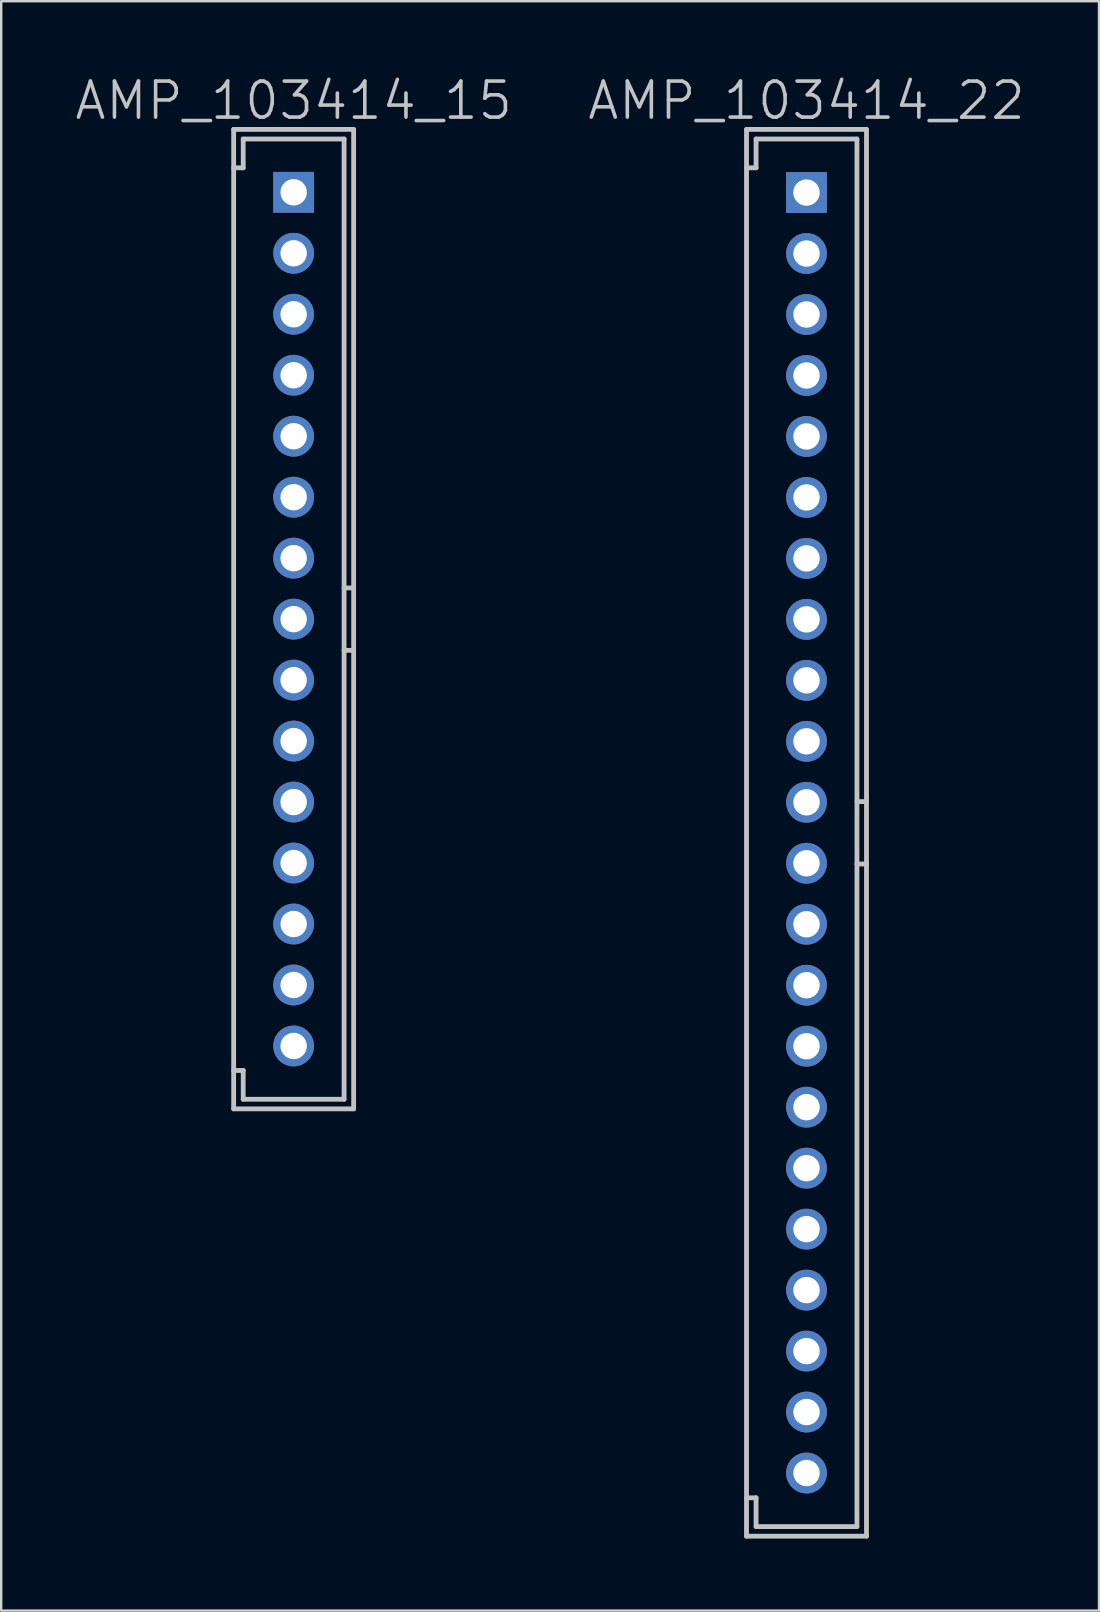
<source format=kicad_pcb>
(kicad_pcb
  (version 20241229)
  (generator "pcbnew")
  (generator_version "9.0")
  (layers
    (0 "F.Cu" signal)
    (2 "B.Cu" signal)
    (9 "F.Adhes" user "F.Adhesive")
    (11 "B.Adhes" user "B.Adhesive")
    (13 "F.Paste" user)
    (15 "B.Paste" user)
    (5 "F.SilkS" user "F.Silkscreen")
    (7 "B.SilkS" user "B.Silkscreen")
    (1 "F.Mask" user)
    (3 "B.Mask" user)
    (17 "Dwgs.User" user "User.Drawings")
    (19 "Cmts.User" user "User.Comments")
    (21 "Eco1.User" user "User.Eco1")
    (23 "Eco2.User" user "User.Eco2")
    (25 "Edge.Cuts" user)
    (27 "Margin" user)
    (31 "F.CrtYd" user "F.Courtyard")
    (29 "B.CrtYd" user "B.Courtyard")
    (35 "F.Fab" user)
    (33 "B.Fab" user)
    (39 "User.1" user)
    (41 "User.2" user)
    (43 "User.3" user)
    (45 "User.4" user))
  (footprint "AMP_103414_22"
    (layer "F.Cu")
    (at 30.546 31.641)
    (property "Reference" "AMP_103414_22" (at 0 -30.5 180) (layer "Dwgs.User") (effects (font (size 1.5 1.5) (thickness 0.15))))
    (attr through_hole)
    (fp_line (start -2.499 -29.301) (end 2.499 -29.301) (stroke (width 0.2) (type solid)) (layer "Dwgs.User"))
    (fp_line (start -2.499 -29.299) (end -2.499 29.299) (stroke (width 0.2) (type solid)) (layer "Dwgs.User"))
    (fp_line (start -2.499 27.701) (end -2.101 27.701) (stroke (width 0.2) (type solid)) (layer "Dwgs.User"))
    (fp_line (start -2.101 -27.701) (end -2.499 -27.701) (stroke (width 0.2) (type solid)) (layer "Dwgs.User"))
    (fp_line (start -2.101 -27.699) (end -2.101 -28.898) (stroke (width 0.2) (type solid)) (layer "Dwgs.User"))
    (fp_line (start -2.101 28.9) (end -2.101 27.701) (stroke (width 0.2) (type solid)) (layer "Dwgs.User"))
    (fp_line (start -2.101 28.9) (end 2.101 28.9) (stroke (width 0.2) (type solid)) (layer "Dwgs.User"))
    (fp_line (start 2.101 -28.9) (end -2.101 -28.9) (stroke (width 0.2) (type solid)) (layer "Dwgs.User"))
    (fp_line (start 2.101 -1.3) (end 2.499 -1.3) (stroke (width 0.2) (type solid)) (layer "Dwgs.User"))
    (fp_line (start 2.101 28.9) (end 2.101 -28.9) (stroke (width 0.2) (type solid)) (layer "Dwgs.User"))
    (fp_line (start 2.499 -29.299) (end 2.499 29.299) (stroke (width 0.2) (type solid)) (layer "Dwgs.User"))
    (fp_line (start 2.499 1.3) (end 2.101 1.3) (stroke (width 0.2) (type solid)) (layer "Dwgs.User"))
    (fp_line (start 2.499 29.301) (end -2.499 29.301) (stroke (width 0.2) (type solid)) (layer "Dwgs.User"))
    (pad "1" thru_hole rect (at 0 -26.67 270) (size 1.7 1.7) (drill 1.1) (layers "*.Cu" "*.Mask"))
    (pad "2" thru_hole circle (at 0 -24.13 270) (size 1.7 1.7) (drill 1.1) (layers "*.Cu" "*.Mask"))
    (pad "3" thru_hole circle (at 0 -21.59 270) (size 1.7 1.7) (drill 1.1) (layers "*.Cu" "*.Mask"))
    (pad "4" thru_hole circle (at 0 -19.05 270) (size 1.7 1.7) (drill 1.1) (layers "*.Cu" "*.Mask"))
    (pad "5" thru_hole circle (at 0 -16.51 270) (size 1.7 1.7) (drill 1.1) (layers "*.Cu" "*.Mask"))
    (pad "6" thru_hole circle (at 0 -13.97 270) (size 1.7 1.7) (drill 1.1) (layers "*.Cu" "*.Mask"))
    (pad "7" thru_hole circle (at 0 -11.43 270) (size 1.7 1.7) (drill 1.1) (layers "*.Cu" "*.Mask"))
    (pad "8" thru_hole circle (at 0 -8.89 270) (size 1.7 1.7) (drill 1.1) (layers "*.Cu" "*.Mask"))
    (pad "9" thru_hole circle (at 0 -6.35 270) (size 1.7 1.7) (drill 1.1) (layers "*.Cu" "*.Mask"))
    (pad "10" thru_hole circle (at 0 -3.81 270) (size 1.7 1.7) (drill 1.1) (layers "*.Cu" "*.Mask"))
    (pad "11" thru_hole circle (at 0 -1.27 270) (size 1.7 1.7) (drill 1.1) (layers "*.Cu" "*.Mask"))
    (pad "12" thru_hole circle (at 0 1.27 270) (size 1.7 1.7) (drill 1.1) (layers "*.Cu" "*.Mask"))
    (pad "13" thru_hole circle (at 0 3.81 270) (size 1.7 1.7) (drill 1.1) (layers "*.Cu" "*.Mask"))
    (pad "14" thru_hole circle (at 0 6.35 270) (size 1.7 1.7) (drill 1.1) (layers "*.Cu" "*.Mask"))
    (pad "15" thru_hole circle (at 0 8.89 270) (size 1.7 1.7) (drill 1.1) (layers "*.Cu" "*.Mask"))
    (pad "16" thru_hole circle (at 0 11.43 270) (size 1.7 1.7) (drill 1.1) (layers "*.Cu" "*.Mask"))
    (pad "17" thru_hole circle (at 0 13.97 270) (size 1.7 1.7) (drill 1.1) (layers "*.Cu" "*.Mask"))
    (pad "18" thru_hole circle (at 0 16.51 270) (size 1.7 1.7) (drill 1.1) (layers "*.Cu" "*.Mask"))
    (pad "19" thru_hole circle (at 0 19.05 270) (size 1.7 1.7) (drill 1.1) (layers "*.Cu" "*.Mask"))
    (pad "20" thru_hole circle (at 0 21.59 270) (size 1.7 1.7) (drill 1.1) (layers "*.Cu" "*.Mask"))
    (pad "21" thru_hole circle (at 0 24.13 270) (size 1.7 1.7) (drill 1.1) (layers "*.Cu" "*.Mask"))
    (pad "22" thru_hole circle (at 0 26.67 270) (size 1.7 1.7) (drill 1.1) (layers "*.Cu" "*.Mask")))
  (footprint "AMP_103414_15"
    (layer "F.Cu")
    (at 9.182 22.741)
    (property "Reference" "AMP_103414_15" (at 0 -21.6 180) (layer "Dwgs.User") (effects (font (size 1.5 1.5) (thickness 0.15))))
    (attr through_hole)
    (fp_line (start -2.499 -20.401) (end 2.499 -20.401) (stroke (width 0.2) (type solid)) (layer "Dwgs.User"))
    (fp_line (start -2.499 -20.399) (end -2.499 20.399) (stroke (width 0.2) (type solid)) (layer "Dwgs.User"))
    (fp_line (start -2.499 18.801) (end -2.101 18.801) (stroke (width 0.2) (type solid)) (layer "Dwgs.User"))
    (fp_line (start -2.101 -18.801) (end -2.499 -18.801) (stroke (width 0.2) (type solid)) (layer "Dwgs.User"))
    (fp_line (start -2.101 -18.799) (end -2.101 -19.997) (stroke (width 0.2) (type solid)) (layer "Dwgs.User"))
    (fp_line (start -2.101 20) (end -2.101 18.801) (stroke (width 0.2) (type solid)) (layer "Dwgs.User"))
    (fp_line (start -2.101 20) (end 2.101 20) (stroke (width 0.2) (type solid)) (layer "Dwgs.User"))
    (fp_line (start 2.101 -20) (end -2.101 -20) (stroke (width 0.2) (type solid)) (layer "Dwgs.User"))
    (fp_line (start 2.101 -1.3) (end 2.499 -1.3) (stroke (width 0.2) (type solid)) (layer "Dwgs.User"))
    (fp_line (start 2.101 20) (end 2.101 -20) (stroke (width 0.2) (type solid)) (layer "Dwgs.User"))
    (fp_line (start 2.499 -20.399) (end 2.499 20.399) (stroke (width 0.2) (type solid)) (layer "Dwgs.User"))
    (fp_line (start 2.499 1.3) (end 2.101 1.3) (stroke (width 0.2) (type solid)) (layer "Dwgs.User"))
    (fp_line (start 2.499 20.401) (end -2.499 20.401) (stroke (width 0.2) (type solid)) (layer "Dwgs.User"))
    (pad "1" thru_hole rect (at 0 -17.78 270) (size 1.7 1.7) (drill 1.1) (layers "*.Cu" "*.Mask"))
    (pad "2" thru_hole circle (at 0 -15.24 270) (size 1.7 1.7) (drill 1.1) (layers "*.Cu" "*.Mask"))
    (pad "3" thru_hole circle (at 0 -12.7 270) (size 1.7 1.7) (drill 1.1) (layers "*.Cu" "*.Mask"))
    (pad "4" thru_hole circle (at 0 -10.16 270) (size 1.7 1.7) (drill 1.1) (layers "*.Cu" "*.Mask"))
    (pad "5" thru_hole circle (at 0 -7.62 270) (size 1.7 1.7) (drill 1.1) (layers "*.Cu" "*.Mask"))
    (pad "6" thru_hole circle (at 0 -5.08 270) (size 1.7 1.7) (drill 1.1) (layers "*.Cu" "*.Mask"))
    (pad "7" thru_hole circle (at 0 -2.54 270) (size 1.7 1.7) (drill 1.1) (layers "*.Cu" "*.Mask"))
    (pad "8" thru_hole circle (at 0 0 270) (size 1.7 1.7) (drill 1.1) (layers "*.Cu" "*.Mask"))
    (pad "9" thru_hole circle (at 0 2.54 270) (size 1.7 1.7) (drill 1.1) (layers "*.Cu" "*.Mask"))
    (pad "10" thru_hole circle (at 0 5.08 270) (size 1.7 1.7) (drill 1.1) (layers "*.Cu" "*.Mask"))
    (pad "11" thru_hole circle (at 0 7.62 270) (size 1.7 1.7) (drill 1.1) (layers "*.Cu" "*.Mask"))
    (pad "12" thru_hole circle (at 0 10.16 270) (size 1.7 1.7) (drill 1.1) (layers "*.Cu" "*.Mask"))
    (pad "13" thru_hole circle (at 0 12.7 270) (size 1.7 1.7) (drill 1.1) (layers "*.Cu" "*.Mask"))
    (pad "14" thru_hole circle (at 0 15.24 270) (size 1.7 1.7) (drill 1.1) (layers "*.Cu" "*.Mask"))
    (pad "15" thru_hole circle (at 0 17.78 270) (size 1.7 1.7) (drill 1.1) (layers "*.Cu" "*.Mask")))
  (gr_rect
    (start -3 -3)
    (end 42.729 64.042)
    (stroke (width 0.1) (type default))
    (fill no)
    (layer "Edge.Cuts")))
</source>
